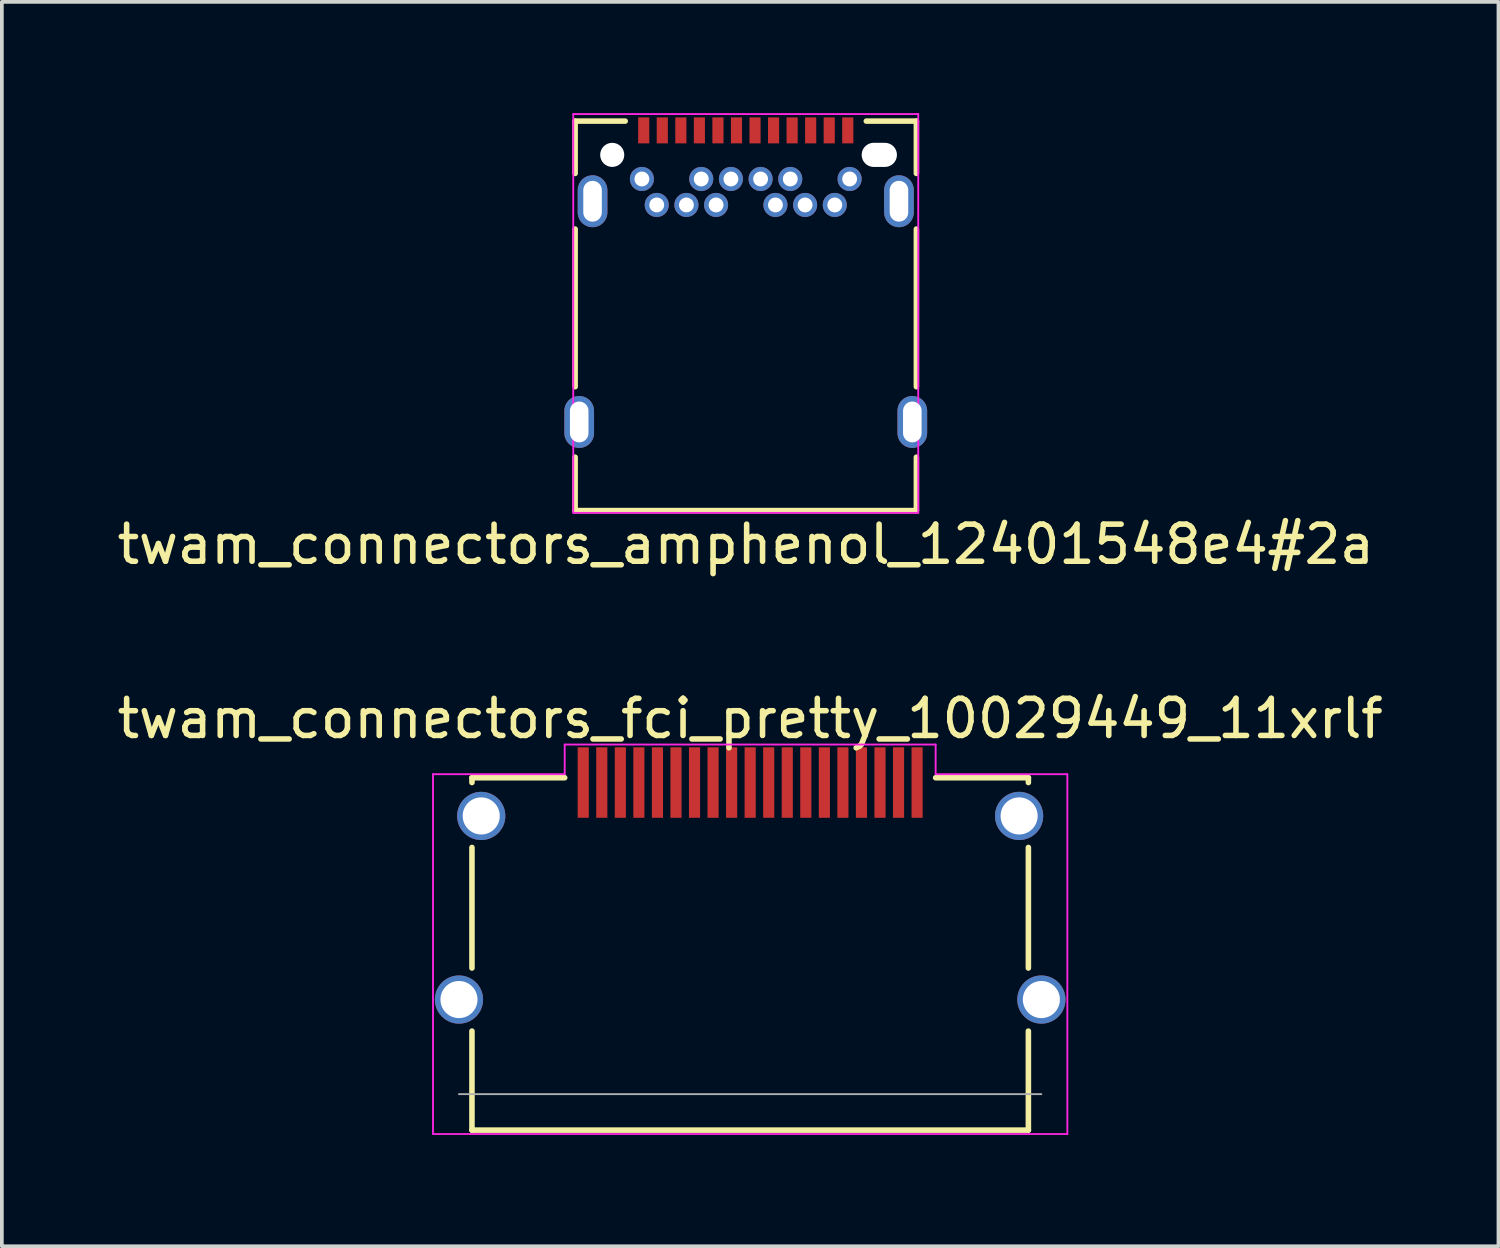
<source format=kicad_pcb>
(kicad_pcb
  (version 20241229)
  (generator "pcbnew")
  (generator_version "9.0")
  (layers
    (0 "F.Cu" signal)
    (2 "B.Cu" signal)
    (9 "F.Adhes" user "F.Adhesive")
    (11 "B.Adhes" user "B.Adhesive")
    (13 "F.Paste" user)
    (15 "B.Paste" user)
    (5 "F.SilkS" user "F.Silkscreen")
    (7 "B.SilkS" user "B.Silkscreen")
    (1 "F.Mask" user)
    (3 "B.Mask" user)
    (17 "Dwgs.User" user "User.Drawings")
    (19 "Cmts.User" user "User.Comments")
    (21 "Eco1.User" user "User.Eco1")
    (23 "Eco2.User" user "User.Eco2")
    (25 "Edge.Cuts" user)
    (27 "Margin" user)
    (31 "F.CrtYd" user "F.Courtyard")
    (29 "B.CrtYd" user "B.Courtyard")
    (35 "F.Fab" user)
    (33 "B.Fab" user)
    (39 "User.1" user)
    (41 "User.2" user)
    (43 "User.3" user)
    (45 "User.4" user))
  (footprint "twam_connectors_amphenol_12401548e4#2a"
    (layer "F.Cu")
    (at 17.054 1.125)
    (property "Reference" "twam_connectors_amphenol_12401548e4#2a" (at 0 10.5 0) (layer "F.SilkS") (effects (font (size 1 1) (thickness 0.15))))
    (attr through_hole)
    (fp_line (start -4.6 -0.91) (end -4.6 0.5) (stroke (width 0.15) (type solid)) (layer "F.SilkS"))
    (fp_line (start -4.6 -0.91) (end -3.25 -0.91) (stroke (width 0.15) (type solid)) (layer "F.SilkS"))
    (fp_line (start -4.6 2) (end -4.6 6.25) (stroke (width 0.15) (type solid)) (layer "F.SilkS"))
    (fp_line (start -4.6 8.15) (end -4.6 9.59) (stroke (width 0.15) (type solid)) (layer "F.SilkS"))
    (fp_line (start -4.6 9.59) (end 4.6 9.59) (stroke (width 0.15) (type solid)) (layer "F.SilkS"))
    (fp_line (start 4.6 -0.91) (end 3.25 -0.91) (stroke (width 0.15) (type solid)) (layer "F.SilkS"))
    (fp_line (start 4.6 0.5) (end 4.6 -0.91) (stroke (width 0.15) (type solid)) (layer "F.SilkS"))
    (fp_line (start 4.6 2) (end 4.6 6.25) (stroke (width 0.15) (type solid)) (layer "F.SilkS"))
    (fp_line (start 4.6 8.15) (end 4.6 9.59) (stroke (width 0.15) (type solid)) (layer "F.SilkS"))
    (fp_line (start -4.65 -1.1) (end 4.65 -1.1) (stroke (width 0.05) (type solid)) (layer "F.CrtYd"))
    (fp_line (start -4.65 9.65) (end -4.65 -1.1) (stroke (width 0.05) (type solid)) (layer "F.CrtYd"))
    (fp_line (start 4.65 -1.1) (end 4.65 9.65) (stroke (width 0.05) (type solid)) (layer "F.CrtYd"))
    (fp_line (start 4.65 9.65) (end -4.65 9.65) (stroke (width 0.05) (type solid)) (layer "F.CrtYd"))
    (pad "" np_thru_hole circle (at -3.6 0) (size 0.65 0.65) (drill 0.65) (layers "*.Cu" "*.Mask"))
    (pad "" np_thru_hole oval (at 3.6 0) (size 0.95 0.65) (drill oval 0.95 0.65) (layers "*.Cu" "*.Mask"))
    (pad "A1" smd rect (at -2.75 -0.66) (size 0.3 0.7) (layers "F.Cu" "F.Mask" "F.Paste"))
    (pad "A2" smd rect (at -2.25 -0.66) (size 0.3 0.7) (layers "F.Cu" "F.Mask" "F.Paste"))
    (pad "A3" smd rect (at -1.75 -0.66) (size 0.3 0.7) (layers "F.Cu" "F.Mask" "F.Paste"))
    (pad "A4" smd rect (at -1.25 -0.66) (size 0.3 0.7) (layers "F.Cu" "F.Mask" "F.Paste"))
    (pad "A5" smd rect (at -0.75 -0.66) (size 0.3 0.7) (layers "F.Cu" "F.Mask" "F.Paste"))
    (pad "A6" smd rect (at -0.25 -0.66) (size 0.3 0.7) (layers "F.Cu" "F.Mask" "F.Paste"))
    (pad "A7" smd rect (at 0.25 -0.66) (size 0.3 0.7) (layers "F.Cu" "F.Mask" "F.Paste"))
    (pad "A8" smd rect (at 0.75 -0.66) (size 0.3 0.7) (layers "F.Cu" "F.Mask" "F.Paste"))
    (pad "A9" smd rect (at 1.25 -0.66) (size 0.3 0.7) (layers "F.Cu" "F.Mask" "F.Paste"))
    (pad "A10" smd rect (at 1.75 -0.66) (size 0.3 0.7) (layers "F.Cu" "F.Mask" "F.Paste"))
    (pad "A11" smd rect (at 2.25 -0.66) (size 0.3 0.7) (layers "F.Cu" "F.Mask" "F.Paste"))
    (pad "A12" smd rect (at 2.75 -0.66) (size 0.3 0.7) (layers "F.Cu" "F.Mask" "F.Paste"))
    (pad "B1" thru_hole circle (at 2.8 0.65) (size 0.65 0.65) (drill 0.4) (layers "*.Cu" "*.Mask"))
    (pad "B2" thru_hole circle (at 2.4 1.35) (size 0.65 0.65) (drill 0.4) (layers "*.Cu" "*.Mask"))
    (pad "B3" thru_hole circle (at 1.6 1.35) (size 0.65 0.65) (drill 0.4) (layers "*.Cu" "*.Mask"))
    (pad "B4" thru_hole circle (at 1.2 0.65) (size 0.65 0.65) (drill 0.4) (layers "*.Cu" "*.Mask"))
    (pad "B5" thru_hole circle (at 0.8 1.35) (size 0.65 0.65) (drill 0.4) (layers "*.Cu" "*.Mask"))
    (pad "B6" thru_hole circle (at 0.4 0.65) (size 0.65 0.65) (drill 0.4) (layers "*.Cu" "*.Mask"))
    (pad "B7" thru_hole circle (at -0.4 0.65) (size 0.65 0.65) (drill 0.4) (layers "*.Cu" "*.Mask"))
    (pad "B8" thru_hole circle (at -0.8 1.35) (size 0.65 0.65) (drill 0.4) (layers "*.Cu" "*.Mask"))
    (pad "B9" thru_hole circle (at -1.2 0.65) (size 0.65 0.65) (drill 0.4) (layers "*.Cu" "*.Mask"))
    (pad "B10" thru_hole circle (at -1.6 1.35) (size 0.65 0.65) (drill 0.4) (layers "*.Cu" "*.Mask"))
    (pad "B11" thru_hole circle (at -2.4 1.35) (size 0.65 0.65) (drill 0.4) (layers "*.Cu" "*.Mask"))
    (pad "B12" thru_hole circle (at -2.8 0.65) (size 0.65 0.65) (drill 0.4) (layers "*.Cu" "*.Mask"))
    (pad "F1" thru_hole oval (at -4.13 1.25) (size 0.8 1.4) (drill oval 0.5 1.1) (layers "*.Cu" "*.Mask"))
    (pad "F2" thru_hole oval (at 4.13 1.25) (size 0.8 1.4) (drill oval 0.5 1.1) (layers "*.Cu" "*.Mask"))
    (pad "F3" thru_hole oval (at -4.49 7.2) (size 0.8 1.4) (drill oval 0.5 1.1) (layers "*.Cu" "*.Mask"))
    (pad "F4" thru_hole oval (at 4.49 7.2) (size 0.8 1.4) (drill oval 0.5 1.1) (layers "*.Cu" "*.Mask")))
  (footprint "twam_connectors_fci_pretty_10029449_11xrlf"
    (layer "F.Cu")
    (at 17.173 20.971)
    (property "Reference" "twam_connectors_fci_pretty_10029449_11xrlf" (at 0 -4.65 0) (layer "F.SilkS") (effects (font (size 1 1) (thickness 0.15))))
    (attr smd)
    (fp_line (start -7.5 -3.055) (end -7.5 -2.925) (stroke (width 0.15) (type solid)) (layer "F.SilkS"))
    (fp_line (start -7.5 -3.055) (end -5 -3.055) (stroke (width 0.15) (type solid)) (layer "F.SilkS"))
    (fp_line (start -7.5 -1.175) (end -7.5 2.075) (stroke (width 0.15) (type solid)) (layer "F.SilkS"))
    (fp_line (start -7.5 3.775) (end -7.5 6.445) (stroke (width 0.15) (type solid)) (layer "F.SilkS"))
    (fp_line (start 7.5 -3.055) (end 5 -3.055) (stroke (width 0.15) (type solid)) (layer "F.SilkS"))
    (fp_line (start 7.5 -3.055) (end 7.5 -2.925) (stroke (width 0.15) (type solid)) (layer "F.SilkS"))
    (fp_line (start 7.5 -1.175) (end 7.5 2.075) (stroke (width 0.15) (type solid)) (layer "F.SilkS"))
    (fp_line (start 7.5 3.775) (end 7.5 6.445) (stroke (width 0.15) (type solid)) (layer "F.SilkS"))
    (fp_line (start 7.5 6.445) (end -7.5 6.445) (stroke (width 0.15) (type solid)) (layer "F.SilkS"))
    (fp_line (start -8.55 -3.15) (end -8.55 6.55) (stroke (width 0.05) (type solid)) (layer "F.CrtYd"))
    (fp_line (start -8.55 -3.15) (end -5 -3.15) (stroke (width 0.05) (type solid)) (layer "F.CrtYd"))
    (fp_line (start -8.55 6.55) (end 8.55 6.55) (stroke (width 0.05) (type solid)) (layer "F.CrtYd"))
    (fp_line (start -5 -3.95) (end -5 -3.15) (stroke (width 0.05) (type solid)) (layer "F.CrtYd"))
    (fp_line (start -5 -3.95) (end 5 -3.95) (stroke (width 0.05) (type solid)) (layer "F.CrtYd"))
    (fp_line (start 5 -3.95) (end 5 -3.15) (stroke (width 0.05) (type solid)) (layer "F.CrtYd"))
    (fp_line (start 8.55 -3.15) (end 5 -3.15) (stroke (width 0.05) (type solid)) (layer "F.CrtYd"))
    (fp_line (start 8.55 -3.15) (end 8.55 6.55) (stroke (width 0.05) (type solid)) (layer "F.CrtYd"))
    (fp_line (start -7.85 5.475) (end 7.85 5.475) (stroke (width 0.05) (type solid)) (layer "F.Fab"))
    (pad "1" smd rect (at 4.5 -2.925) (size 0.3 1.9) (layers "F.Cu" "F.Mask" "F.Paste"))
    (pad "2" smd rect (at 4 -2.925) (size 0.3 1.9) (layers "F.Cu" "F.Mask" "F.Paste"))
    (pad "3" smd rect (at 3.5 -2.925) (size 0.3 1.9) (layers "F.Cu" "F.Mask" "F.Paste"))
    (pad "4" smd rect (at 3 -2.925) (size 0.3 1.9) (layers "F.Cu" "F.Mask" "F.Paste"))
    (pad "5" smd rect (at 2.5 -2.925) (size 0.3 1.9) (layers "F.Cu" "F.Mask" "F.Paste"))
    (pad "6" smd rect (at 2 -2.925) (size 0.3 1.9) (layers "F.Cu" "F.Mask" "F.Paste"))
    (pad "7" smd rect (at 1.5 -2.925) (size 0.3 1.9) (layers "F.Cu" "F.Mask" "F.Paste"))
    (pad "8" smd rect (at 1 -2.925) (size 0.3 1.9) (layers "F.Cu" "F.Mask" "F.Paste"))
    (pad "9" smd rect (at 0.5 -2.925) (size 0.3 1.9) (layers "F.Cu" "F.Mask" "F.Paste"))
    (pad "10" smd rect (at 0 -2.925) (size 0.3 1.9) (layers "F.Cu" "F.Mask" "F.Paste"))
    (pad "11" smd rect (at -0.5 -2.925) (size 0.3 1.9) (layers "F.Cu" "F.Mask" "F.Paste"))
    (pad "12" smd rect (at -1 -2.925) (size 0.3 1.9) (layers "F.Cu" "F.Mask" "F.Paste"))
    (pad "13" smd rect (at -1.5 -2.925) (size 0.3 1.9) (layers "F.Cu" "F.Mask" "F.Paste"))
    (pad "14" smd rect (at -2 -2.925) (size 0.3 1.9) (layers "F.Cu" "F.Mask" "F.Paste"))
    (pad "15" smd rect (at -2.5 -2.925) (size 0.3 1.9) (layers "F.Cu" "F.Mask" "F.Paste"))
    (pad "16" smd rect (at -3 -2.925) (size 0.3 1.9) (layers "F.Cu" "F.Mask" "F.Paste"))
    (pad "17" smd rect (at -3.5 -2.925) (size 0.3 1.9) (layers "F.Cu" "F.Mask" "F.Paste"))
    (pad "18" smd rect (at -4 -2.925) (size 0.3 1.9) (layers "F.Cu" "F.Mask" "F.Paste"))
    (pad "19" smd rect (at -4.5 -2.925) (size 0.3 1.9) (layers "F.Cu" "F.Mask" "F.Paste"))
    (pad "F1" thru_hole circle (at -7.25 -2.025) (size 1.3 1.3) (drill 1) (layers "*.Cu" "*.Mask"))
    (pad "F2" thru_hole circle (at 7.25 -2.025) (size 1.3 1.3) (drill 1) (layers "*.Cu" "*.Mask"))
    (pad "F3" thru_hole circle (at -7.85 2.925) (size 1.3 1.3) (drill 1) (layers "*.Cu" "*.Mask"))
    (pad "F4" thru_hole circle (at 7.85 2.925) (size 1.3 1.3) (drill 1) (layers "*.Cu" "*.Mask")))
  (gr_rect
    (start -3 -3)
    (end 37.345 30.547)
    (stroke (width 0.1) (type default))
    (fill no)
    (layer "Edge.Cuts")))
</source>
